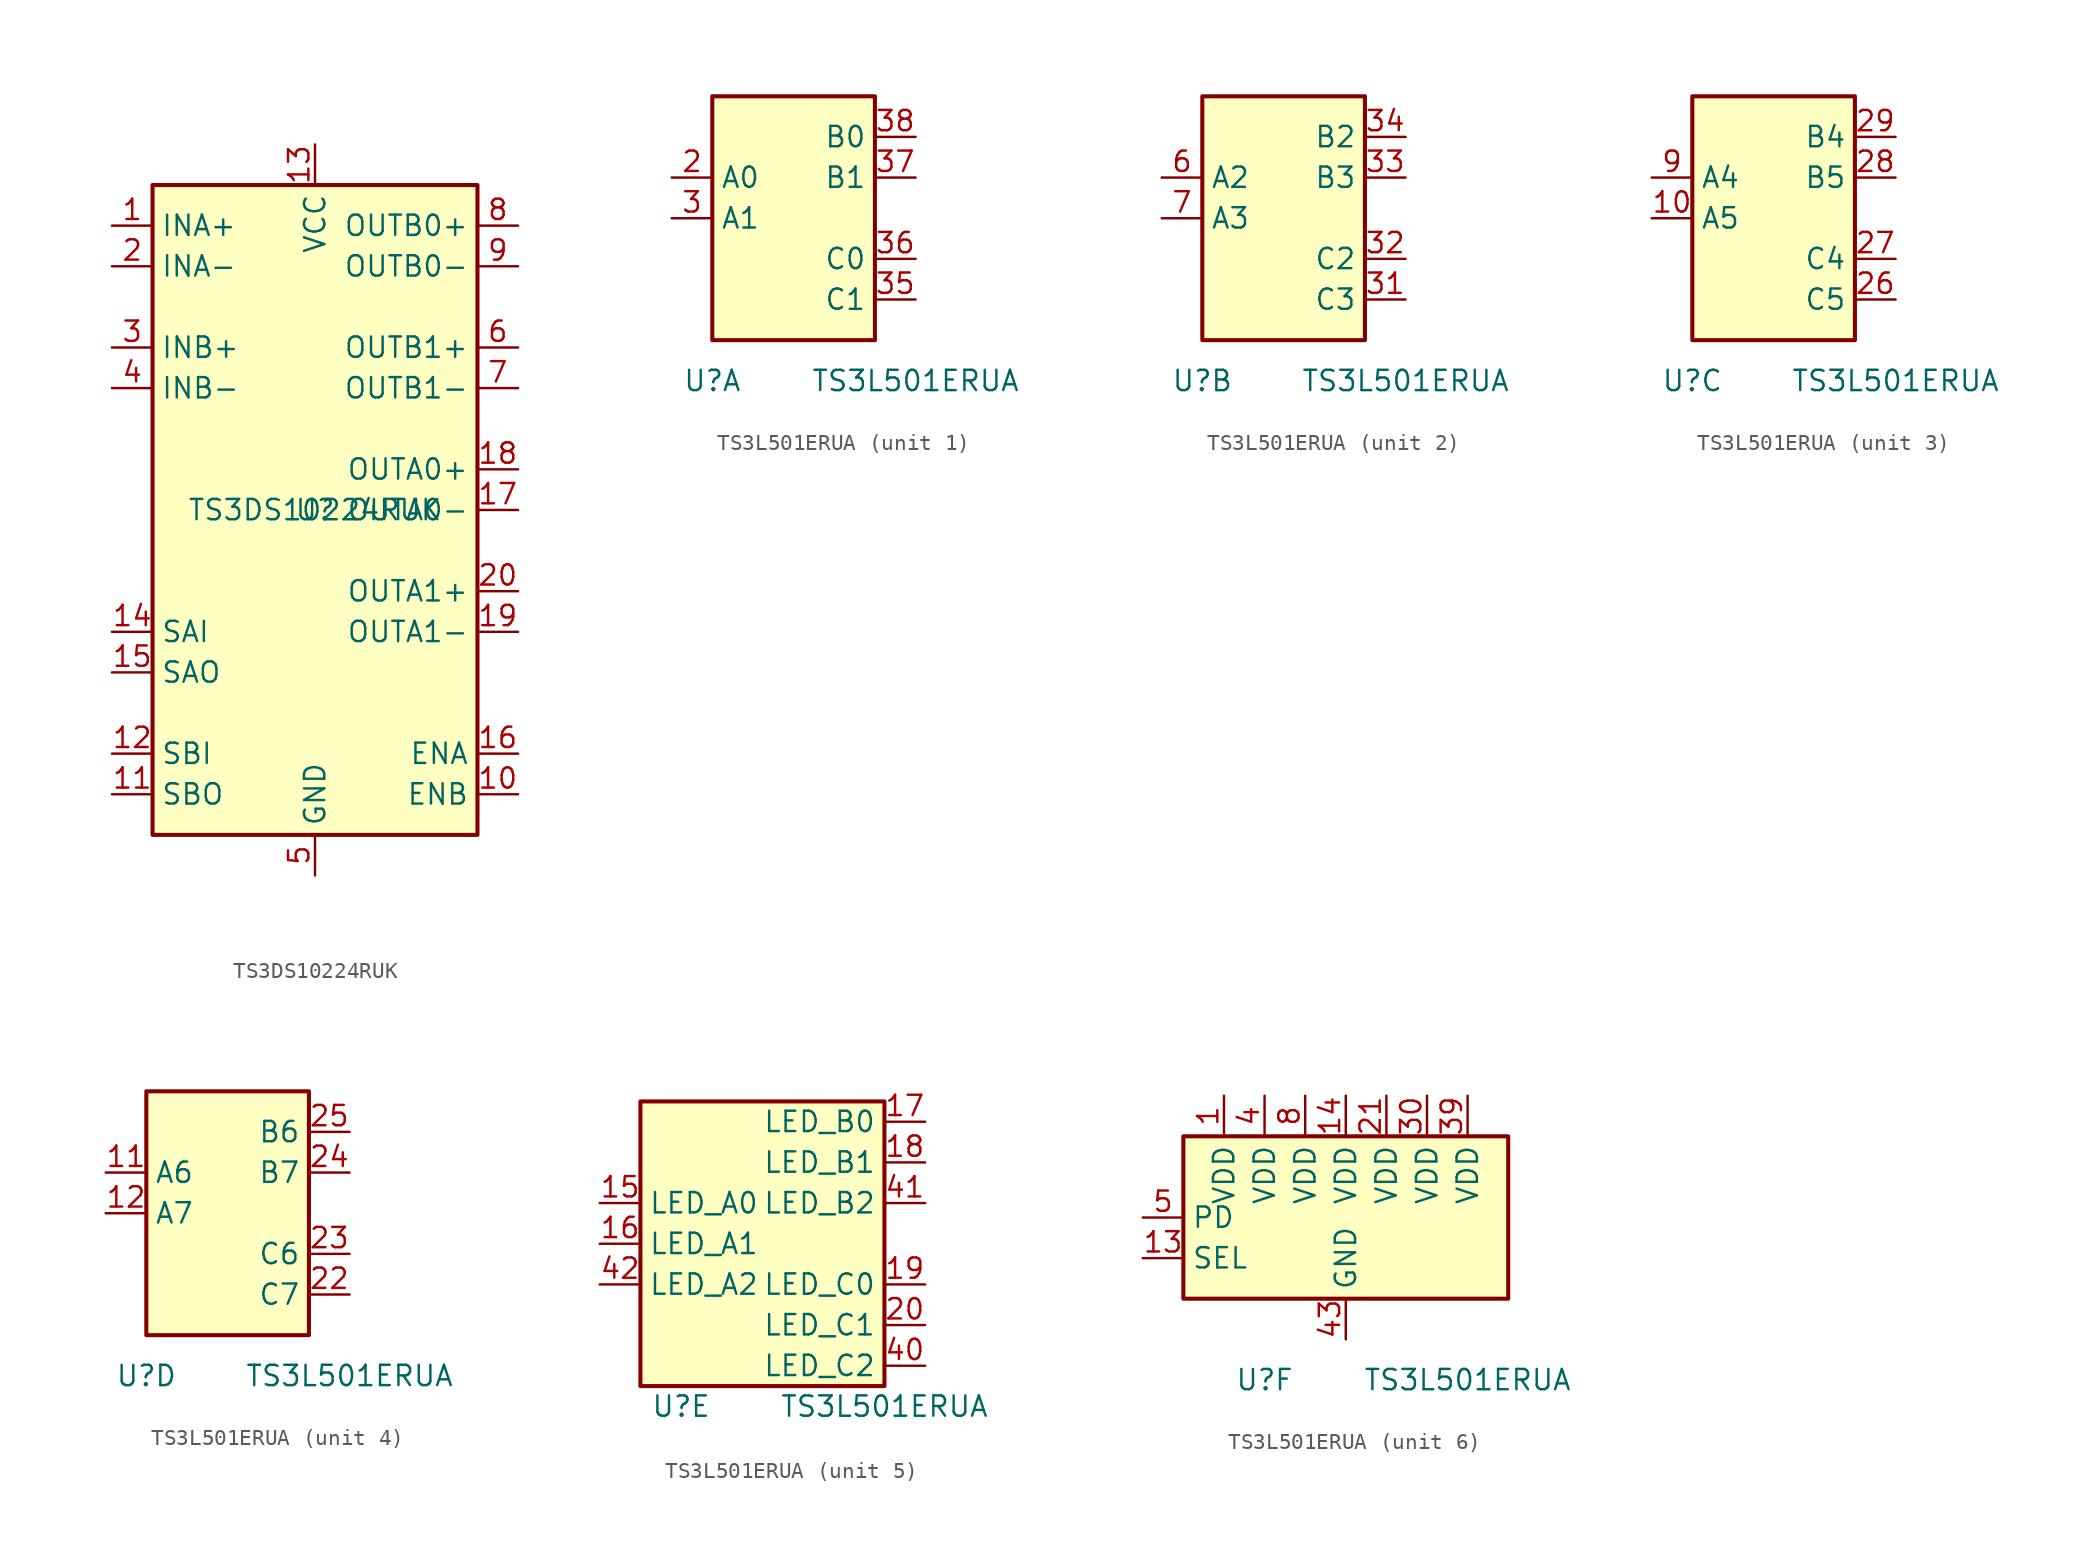
<source format=kicad_sym>
(kicad_symbol_lib
  (version 20211014)
  (generator kicad_symbol_editor)
  (symbol "TS3DS10224RUK"
    (property "Reference" "U"
      (at 0 0 0)
      (effects (font (size 1.27 1.27))))
    (property "Value" "TS3DS10224RUK"
      (at 0 0 0)
      (effects (font (size 1.27 1.27))))
    (symbol "TS3DS10224RUK_0_1"
      (rectangle (start -10.16 20.32) (end 10.16 -20.32) (stroke (width 0.254) (type default) (color 0 0 0 0)) (fill (type background))))
    (symbol "TS3DS10224RUK_1_1"
      (pin bidirectional line (at -12.7 17.78 0) (length 2.54) (name "INA+" (effects (font (size 1.27 1.27)))) (number "1" (effects (font (size 1.27 1.27)))))
      (pin input line (at 12.7 -17.78 180) (length 2.54) (name "ENB" (effects (font (size 1.27 1.27)))) (number "10" (effects (font (size 1.27 1.27)))))
      (pin input line (at -12.7 -17.78 0) (length 2.54) (name "SBO" (effects (font (size 1.27 1.27)))) (number "11" (effects (font (size 1.27 1.27)))))
      (pin input line (at -12.7 -15.24 0) (length 2.54) (name "SBI" (effects (font (size 1.27 1.27)))) (number "12" (effects (font (size 1.27 1.27)))))
      (pin power_in line (at 0 22.86 270) (length 2.54) (name "VCC" (effects (font (size 1.27 1.27)))) (number "13" (effects (font (size 1.27 1.27)))))
      (pin input line (at -12.7 -7.62 0) (length 2.54) (name "SAI" (effects (font (size 1.27 1.27)))) (number "14" (effects (font (size 1.27 1.27)))))
      (pin input line (at -12.7 -10.16 0) (length 2.54) (name "SAO" (effects (font (size 1.27 1.27)))) (number "15" (effects (font (size 1.27 1.27)))))
      (pin input line (at 12.7 -15.24 180) (length 2.54) (name "ENA" (effects (font (size 1.27 1.27)))) (number "16" (effects (font (size 1.27 1.27)))))
      (pin bidirectional line (at 12.7 0 180) (length 2.54) (name "OUTA0-" (effects (font (size 1.27 1.27)))) (number "17" (effects (font (size 1.27 1.27)))))
      (pin bidirectional line (at 12.7 2.54 180) (length 2.54) (name "OUTA0+" (effects (font (size 1.27 1.27)))) (number "18" (effects (font (size 1.27 1.27)))))
      (pin bidirectional line (at 12.7 -7.62 180) (length 2.54) (name "OUTA1-" (effects (font (size 1.27 1.27)))) (number "19" (effects (font (size 1.27 1.27)))))
      (pin bidirectional line (at -12.7 15.24 0) (length 2.54) (name "INA-" (effects (font (size 1.27 1.27)))) (number "2" (effects (font (size 1.27 1.27)))))
      (pin bidirectional line (at 12.7 -5.08 180) (length 2.54) (name "OUTA1+" (effects (font (size 1.27 1.27)))) (number "20" (effects (font (size 1.27 1.27)))))
      (pin bidirectional line (at -12.7 10.16 0) (length 2.54) (name "INB+" (effects (font (size 1.27 1.27)))) (number "3" (effects (font (size 1.27 1.27)))))
      (pin bidirectional line (at -12.7 7.62 0) (length 2.54) (name "INB-" (effects (font (size 1.27 1.27)))) (number "4" (effects (font (size 1.27 1.27)))))
      (pin power_in line (at 0 -22.86 90) (length 2.54) (name "GND" (effects (font (size 1.27 1.27)))) (number "5" (effects (font (size 1.27 1.27)))))
      (pin bidirectional line (at 12.7 10.16 180) (length 2.54) (name "OUTB1+" (effects (font (size 1.27 1.27)))) (number "6" (effects (font (size 1.27 1.27)))))
      (pin bidirectional line (at 12.7 7.62 180) (length 2.54) (name "OUTB1-" (effects (font (size 1.27 1.27)))) (number "7" (effects (font (size 1.27 1.27)))))
      (pin bidirectional line (at 12.7 17.78 180) (length 2.54) (name "OUTB0+" (effects (font (size 1.27 1.27)))) (number "8" (effects (font (size 1.27 1.27)))))
      (pin bidirectional line (at 12.7 15.24 180) (length 2.54) (name "OUTB0-" (effects (font (size 1.27 1.27)))) (number "9" (effects (font (size 1.27 1.27)))))))
  (symbol "TS3L501ERUA"
    (property "Reference" "U"
      (at -5.08 -10.16 0)
      (effects (font (size 1.27 1.27))))
    (property "Value" "TS3L501ERUA"
      (at 7.62 -10.16 0)
      (effects (font (size 1.27 1.27))))
    (property "ki_locked" ""
      (at 0 0 0)
      (effects (font (size 1.27 1.27))))
    (symbol "TS3L501ERUA_1_1"
      (rectangle (start -5.08 7.62) (end 5.08 -7.62) (stroke (width 0.254) (type default) (color 0 0 0 0)) (fill (type background)))
      (pin bidirectional line (at -7.62 2.54 0) (length 2.54) (name "A0" (effects (font (size 1.27 1.27)))) (number "2" (effects (font (size 1.27 1.27)))))
      (pin bidirectional line (at -7.62 0 0) (length 2.54) (name "A1" (effects (font (size 1.27 1.27)))) (number "3" (effects (font (size 1.27 1.27)))))
      (pin bidirectional line (at 7.62 -5.08 180) (length 2.54) (name "C1" (effects (font (size 1.27 1.27)))) (number "35" (effects (font (size 1.27 1.27)))))
      (pin bidirectional line (at 7.62 -2.54 180) (length 2.54) (name "C0" (effects (font (size 1.27 1.27)))) (number "36" (effects (font (size 1.27 1.27)))))
      (pin bidirectional line (at 7.62 2.54 180) (length 2.54) (name "B1" (effects (font (size 1.27 1.27)))) (number "37" (effects (font (size 1.27 1.27)))))
      (pin bidirectional line (at 7.62 5.08 180) (length 2.54) (name "B0" (effects (font (size 1.27 1.27)))) (number "38" (effects (font (size 1.27 1.27))))))
    (symbol "TS3L501ERUA_2_1"
      (rectangle (start -5.08 7.62) (end 5.08 -7.62) (stroke (width 0.254) (type default) (color 0 0 0 0)) (fill (type background)))
      (pin bidirectional line (at 7.62 -5.08 180) (length 2.54) (name "C3" (effects (font (size 1.27 1.27)))) (number "31" (effects (font (size 1.27 1.27)))))
      (pin bidirectional line (at 7.62 -2.54 180) (length 2.54) (name "C2" (effects (font (size 1.27 1.27)))) (number "32" (effects (font (size 1.27 1.27)))))
      (pin bidirectional line (at 7.62 2.54 180) (length 2.54) (name "B3" (effects (font (size 1.27 1.27)))) (number "33" (effects (font (size 1.27 1.27)))))
      (pin bidirectional line (at 7.62 5.08 180) (length 2.54) (name "B2" (effects (font (size 1.27 1.27)))) (number "34" (effects (font (size 1.27 1.27)))))
      (pin bidirectional line (at -7.62 2.54 0) (length 2.54) (name "A2" (effects (font (size 1.27 1.27)))) (number "6" (effects (font (size 1.27 1.27)))))
      (pin bidirectional line (at -7.62 0 0) (length 2.54) (name "A3" (effects (font (size 1.27 1.27)))) (number "7" (effects (font (size 1.27 1.27))))))
    (symbol "TS3L501ERUA_3_1"
      (rectangle (start -5.08 7.62) (end 5.08 -7.62) (stroke (width 0.254) (type default) (color 0 0 0 0)) (fill (type background)))
      (pin bidirectional line (at -7.62 0 0) (length 2.54) (name "A5" (effects (font (size 1.27 1.27)))) (number "10" (effects (font (size 1.27 1.27)))))
      (pin bidirectional line (at 7.62 -5.08 180) (length 2.54) (name "C5" (effects (font (size 1.27 1.27)))) (number "26" (effects (font (size 1.27 1.27)))))
      (pin bidirectional line (at 7.62 -2.54 180) (length 2.54) (name "C4" (effects (font (size 1.27 1.27)))) (number "27" (effects (font (size 1.27 1.27)))))
      (pin bidirectional line (at 7.62 2.54 180) (length 2.54) (name "B5" (effects (font (size 1.27 1.27)))) (number "28" (effects (font (size 1.27 1.27)))))
      (pin bidirectional line (at 7.62 5.08 180) (length 2.54) (name "B4" (effects (font (size 1.27 1.27)))) (number "29" (effects (font (size 1.27 1.27)))))
      (pin bidirectional line (at -7.62 2.54 0) (length 2.54) (name "A4" (effects (font (size 1.27 1.27)))) (number "9" (effects (font (size 1.27 1.27))))))
    (symbol "TS3L501ERUA_4_1"
      (rectangle (start -5.08 7.62) (end 5.08 -7.62) (stroke (width 0.254) (type default) (color 0 0 0 0)) (fill (type background)))
      (pin bidirectional line (at -7.62 2.54 0) (length 2.54) (name "A6" (effects (font (size 1.27 1.27)))) (number "11" (effects (font (size 1.27 1.27)))))
      (pin bidirectional line (at -7.62 0 0) (length 2.54) (name "A7" (effects (font (size 1.27 1.27)))) (number "12" (effects (font (size 1.27 1.27)))))
      (pin bidirectional line (at 7.62 -5.08 180) (length 2.54) (name "C7" (effects (font (size 1.27 1.27)))) (number "22" (effects (font (size 1.27 1.27)))))
      (pin bidirectional line (at 7.62 -2.54 180) (length 2.54) (name "C6" (effects (font (size 1.27 1.27)))) (number "23" (effects (font (size 1.27 1.27)))))
      (pin bidirectional line (at 7.62 2.54 180) (length 2.54) (name "B7" (effects (font (size 1.27 1.27)))) (number "24" (effects (font (size 1.27 1.27)))))
      (pin bidirectional line (at 7.62 5.08 180) (length 2.54) (name "B6" (effects (font (size 1.27 1.27)))) (number "25" (effects (font (size 1.27 1.27))))))
    (symbol "TS3L501ERUA_5_1"
      (rectangle (start -7.62 8.89) (end 7.62 -8.89) (stroke (width 0.254) (type default) (color 0 0 0 0)) (fill (type background)))
      (pin bidirectional line (at -10.16 2.54 0) (length 2.54) (name "LED_A0" (effects (font (size 1.27 1.27)))) (number "15" (effects (font (size 1.27 1.27)))))
      (pin bidirectional line (at -10.16 0 0) (length 2.54) (name "LED_A1" (effects (font (size 1.27 1.27)))) (number "16" (effects (font (size 1.27 1.27)))))
      (pin bidirectional line (at 10.16 7.62 180) (length 2.54) (name "LED_B0" (effects (font (size 1.27 1.27)))) (number "17" (effects (font (size 1.27 1.27)))))
      (pin bidirectional line (at 10.16 5.08 180) (length 2.54) (name "LED_B1" (effects (font (size 1.27 1.27)))) (number "18" (effects (font (size 1.27 1.27)))))
      (pin bidirectional line (at 10.16 -2.54 180) (length 2.54) (name "LED_C0" (effects (font (size 1.27 1.27)))) (number "19" (effects (font (size 1.27 1.27)))))
      (pin bidirectional line (at 10.16 -5.08 180) (length 2.54) (name "LED_C1" (effects (font (size 1.27 1.27)))) (number "20" (effects (font (size 1.27 1.27)))))
      (pin bidirectional line (at 10.16 -7.62 180) (length 2.54) (name "LED_C2" (effects (font (size 1.27 1.27)))) (number "40" (effects (font (size 1.27 1.27)))))
      (pin bidirectional line (at 10.16 2.54 180) (length 2.54) (name "LED_B2" (effects (font (size 1.27 1.27)))) (number "41" (effects (font (size 1.27 1.27)))))
      (pin bidirectional line (at -10.16 -2.54 0) (length 2.54) (name "LED_A2" (effects (font (size 1.27 1.27)))) (number "42" (effects (font (size 1.27 1.27))))))
    (symbol "TS3L501ERUA_6_0"
      (rectangle (start -10.16 5.08) (end 10.16 -5.08) (stroke (width 0.254) (type default) (color 0 0 0 0)) (fill (type background))))
    (symbol "TS3L501ERUA_6_1"
      (pin power_in line (at -7.62 7.62 270) (length 2.54) (name "VDD" (effects (font (size 1.27 1.27)))) (number "1" (effects (font (size 1.27 1.27)))))
      (pin input line (at -12.7 -2.54 0) (length 2.54) (name "SEL" (effects (font (size 1.27 1.27)))) (number "13" (effects (font (size 1.27 1.27)))))
      (pin power_in line (at 0 7.62 270) (length 2.54) (name "VDD" (effects (font (size 1.27 1.27)))) (number "14" (effects (font (size 1.27 1.27)))))
      (pin power_in line (at 2.54 7.62 270) (length 2.54) (name "VDD" (effects (font (size 1.27 1.27)))) (number "21" (effects (font (size 1.27 1.27)))))
      (pin power_in line (at 5.08 7.62 270) (length 2.54) (name "VDD" (effects (font (size 1.27 1.27)))) (number "30" (effects (font (size 1.27 1.27)))))
      (pin power_in line (at 7.62 7.62 270) (length 2.54) (name "VDD" (effects (font (size 1.27 1.27)))) (number "39" (effects (font (size 1.27 1.27)))))
      (pin power_in line (at -5.08 7.62 270) (length 2.54) (name "VDD" (effects (font (size 1.27 1.27)))) (number "4" (effects (font (size 1.27 1.27)))))
      (pin power_in line (at 0 -7.62 90) (length 2.54) (name "GND" (effects (font (size 1.27 1.27)))) (number "43" (effects (font (size 1.27 1.27)))))
      (pin input line (at -12.7 0 0) (length 2.54) (name "PD" (effects (font (size 1.27 1.27)))) (number "5" (effects (font (size 1.27 1.27)))))
      (pin power_in line (at -2.54 7.62 270) (length 2.54) (name "VDD" (effects (font (size 1.27 1.27)))) (number "8" (effects (font (size 1.27 1.27))))))))
</source>
